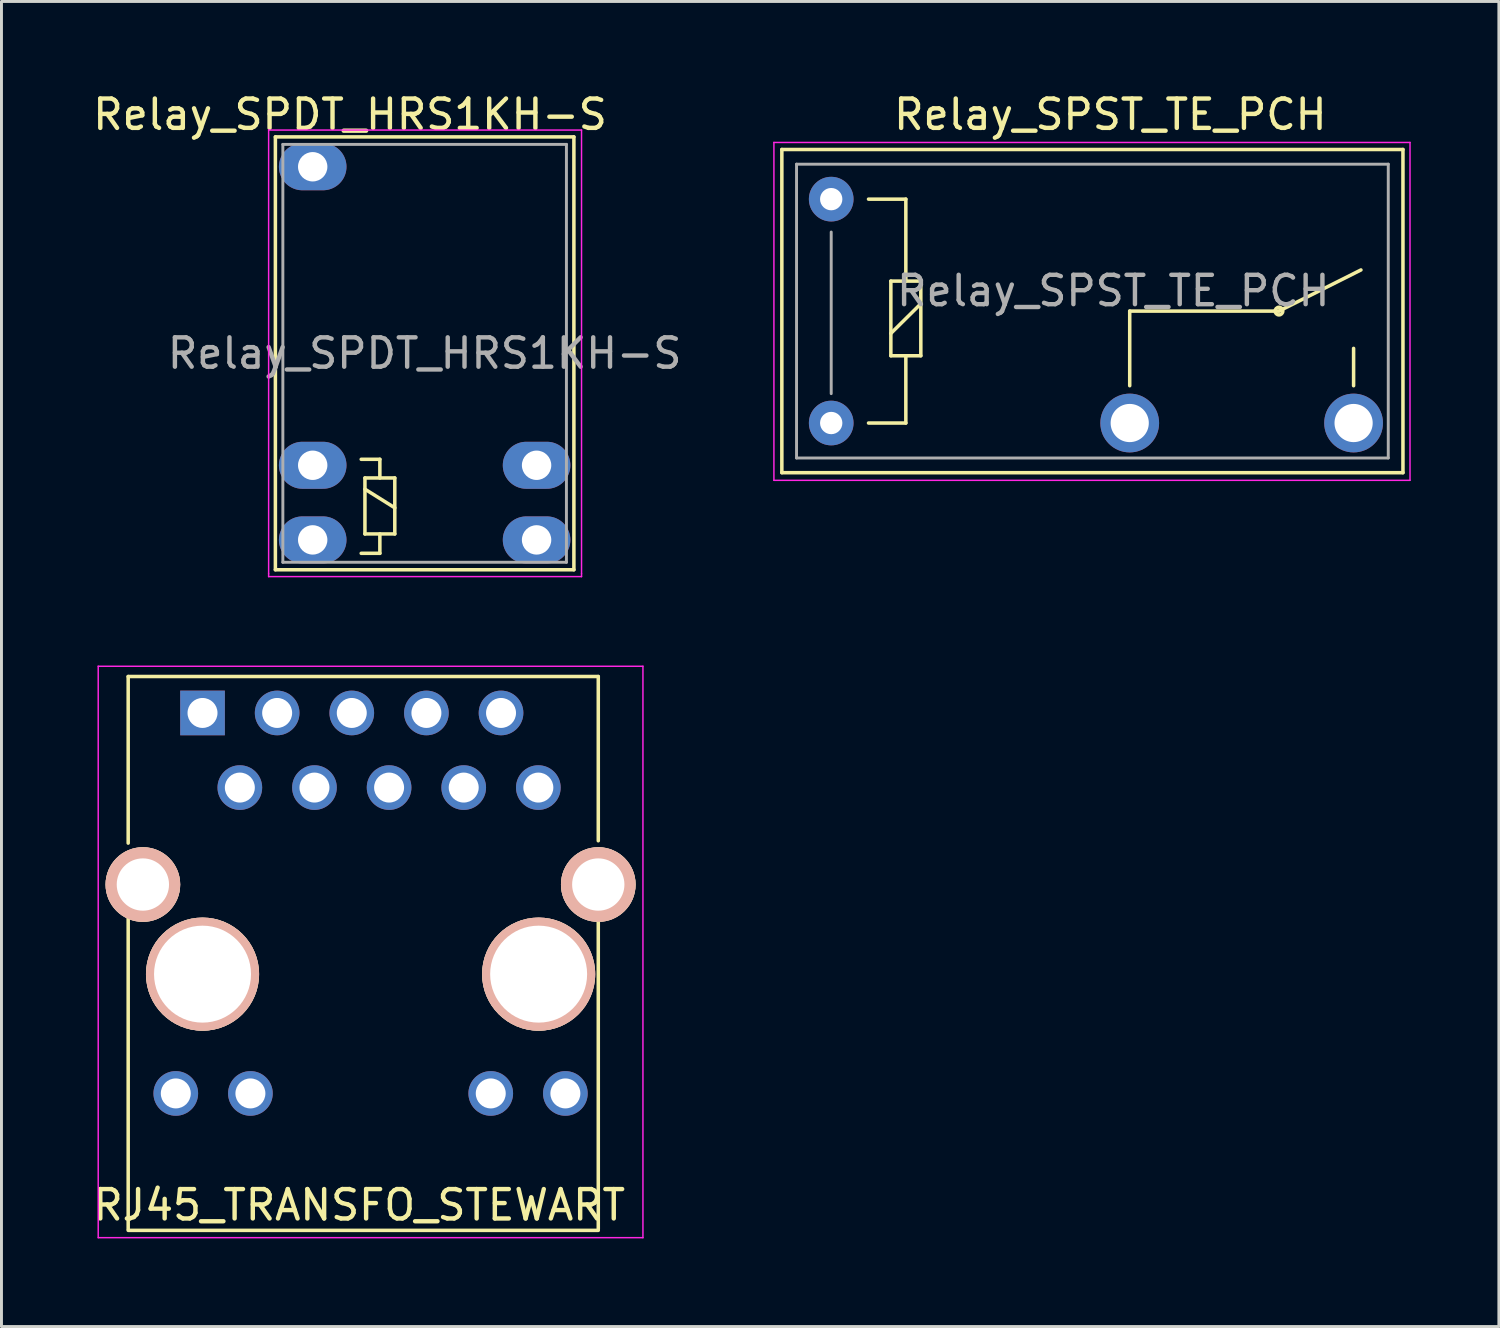
<source format=kicad_pcb>
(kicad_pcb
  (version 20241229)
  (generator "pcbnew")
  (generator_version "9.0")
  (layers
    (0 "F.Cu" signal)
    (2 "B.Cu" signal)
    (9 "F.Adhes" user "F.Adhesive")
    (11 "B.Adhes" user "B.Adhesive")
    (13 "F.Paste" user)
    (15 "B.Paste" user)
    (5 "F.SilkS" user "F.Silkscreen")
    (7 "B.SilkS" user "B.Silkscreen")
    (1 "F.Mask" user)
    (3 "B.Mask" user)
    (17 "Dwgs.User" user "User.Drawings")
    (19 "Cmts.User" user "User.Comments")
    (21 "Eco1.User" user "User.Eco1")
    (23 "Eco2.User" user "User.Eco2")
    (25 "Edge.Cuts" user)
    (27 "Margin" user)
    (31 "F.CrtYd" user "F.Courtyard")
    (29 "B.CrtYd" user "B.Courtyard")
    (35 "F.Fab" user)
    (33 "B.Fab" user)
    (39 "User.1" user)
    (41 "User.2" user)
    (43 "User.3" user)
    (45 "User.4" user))
  (footprint "RJ45_TRANSFO_STEWART"
    (layer "F.Cu")
    (at 13.373 21.216)
    (property "Reference" "RJ45_TRANSFO_STEWART" (at -4.2 16.75 0) (layer "F.SilkS") (effects (font (size 1 1) (thickness 0.15))))
    (attr through_hole)
    (fp_line (start -12.06 -1.24) (end -12.06 4.43) (stroke (width 0.12) (type solid)) (layer "F.SilkS"))
    (fp_line (start -12.06 -1.24) (end 3.94 -1.24) (stroke (width 0.12) (type solid)) (layer "F.SilkS"))
    (fp_line (start -12.06 17.57) (end -12.06 5.63) (stroke (width 0.12) (type solid)) (layer "F.SilkS"))
    (fp_line (start -12.06 17.61) (end 3.94 17.61) (stroke (width 0.12) (type solid)) (layer "F.SilkS"))
    (fp_line (start 3.94 -1.24) (end 3.94 4.35) (stroke (width 0.12) (type solid)) (layer "F.SilkS"))
    (fp_line (start 3.94 17.57) (end 3.94 5.63) (stroke (width 0.12) (type solid)) (layer "F.SilkS"))
    (fp_line (start -13.08 -1.59) (end -13.08 17.86) (stroke (width 0.05) (type solid)) (layer "F.CrtYd"))
    (fp_line (start -13.08 -1.59) (end 5.46 -1.59) (stroke (width 0.05) (type solid)) (layer "F.CrtYd"))
    (fp_line (start 5.46 17.86) (end -13.08 17.86) (stroke (width 0.05) (type solid)) (layer "F.CrtYd"))
    (fp_line (start 5.46 17.86) (end 5.46 -1.59) (stroke (width 0.05) (type solid)) (layer "F.CrtYd"))
    (pad "1" thru_hole rect (at -9.53 0) (size 1.52 1.52) (drill 1.02) (layers "*.Cu" "*.Mask"))
    (pad "2" thru_hole circle (at -8.26 2.54) (size 1.52 1.52) (drill 1.02) (layers "*.Cu" "*.Mask"))
    (pad "3" thru_hole circle (at -6.99 0) (size 1.52 1.52) (drill 1.02) (layers "*.Cu" "*.Mask"))
    (pad "4" thru_hole circle (at -5.72 2.54) (size 1.52 1.52) (drill 1.02) (layers "*.Cu" "*.Mask"))
    (pad "5" thru_hole circle (at -4.45 0) (size 1.52 1.52) (drill 1.02) (layers "*.Cu" "*.Mask"))
    (pad "6" thru_hole circle (at -3.18 2.54) (size 1.52 1.52) (drill 1.02) (layers "*.Cu" "*.Mask"))
    (pad "7" thru_hole circle (at -1.91 0) (size 1.52 1.52) (drill 1.02) (layers "*.Cu" "*.Mask"))
    (pad "8" thru_hole circle (at -0.64 2.54) (size 1.52 1.52) (drill 1.02) (layers "*.Cu" "*.Mask"))
    (pad "9" thru_hole circle (at 0.63 0) (size 1.52 1.52) (drill 1.02) (layers "*.Cu" "*.Mask"))
    (pad "10" thru_hole circle (at 1.9 2.54) (size 1.52 1.52) (drill 1.02) (layers "*.Cu" "*.Mask"))
    (pad "11" thru_hole circle (at -11.56 5.84) (size 2.54 2.54) (drill 1.78) (layers "*.Cu" "*.SilkS" "*.Mask"))
    (pad "12" thru_hole circle (at 3.94 5.84) (size 2.54 2.54) (drill 1.78) (layers "*.Cu" "*.SilkS" "*.Mask"))
    (pad "13" thru_hole circle (at -10.44 12.95) (size 1.52 1.52) (drill 1.02) (layers "*.Cu" "*.Mask"))
    (pad "14" thru_hole circle (at -7.9 12.95) (size 1.52 1.52) (drill 1.02) (layers "*.Cu" "*.Mask"))
    (pad "15" thru_hole circle (at 0.28 12.95) (size 1.52 1.52) (drill 1.02) (layers "*.Cu" "*.Mask"))
    (pad "16" thru_hole circle (at 2.82 12.95) (size 1.52 1.52) (drill 1.02) (layers "*.Cu" "*.Mask"))
    (pad "Hole" thru_hole circle (at -9.53 8.89) (size 3.85 3.85) (drill 3.3) (layers "*.Cu" "*.SilkS" "*.Mask"))
    (pad "Hole" thru_hole circle (at 1.91 8.89) (size 3.85 3.85) (drill 3.3) (layers "*.Cu" "*.SilkS" "*.Mask")))
  (footprint "Relay_SPDT_HRS1KH-S"
    (layer "F.Cu")
    (at 7.593 2.626)
    (property "Reference" "Relay_SPDT_HRS1KH-S" (at 1.27 -1.778 0) (layer "F.SilkS") (effects (font (size 1 1) (thickness 0.15))))
    (attr through_hole)
    (fp_line (start -1.27 -1.016) (end 8.89 -1.016) (stroke (width 0.12) (type solid)) (layer "F.SilkS"))
    (fp_line (start -1.27 13.716) (end -1.27 -1.016) (stroke (width 0.12) (type solid)) (layer "F.SilkS"))
    (fp_line (start 1.651 9.957) (end 2.286 9.957) (stroke (width 0.12) (type solid)) (layer "F.SilkS"))
    (fp_line (start 1.651 13.157) (end 2.286 13.157) (stroke (width 0.12) (type solid)) (layer "F.SilkS"))
    (fp_line (start 1.778 10.592) (end 1.778 12.497) (stroke (width 0.12) (type solid)) (layer "F.SilkS"))
    (fp_line (start 1.778 10.592) (end 2.794 10.592) (stroke (width 0.12) (type solid)) (layer "F.SilkS"))
    (fp_line (start 1.778 10.973) (end 2.794 11.608) (stroke (width 0.12) (type solid)) (layer "F.SilkS"))
    (fp_line (start 1.778 12.497) (end 2.794 12.497) (stroke (width 0.12) (type solid)) (layer "F.SilkS"))
    (fp_line (start 2.286 9.957) (end 2.286 10.592) (stroke (width 0.12) (type solid)) (layer "F.SilkS"))
    (fp_line (start 2.286 13.157) (end 2.286 12.497) (stroke (width 0.12) (type solid)) (layer "F.SilkS"))
    (fp_line (start 2.794 12.497) (end 2.794 10.592) (stroke (width 0.12) (type solid)) (layer "F.SilkS"))
    (fp_line (start 8.89 -1.016) (end 8.89 13.716) (stroke (width 0.12) (type solid)) (layer "F.SilkS"))
    (fp_line (start 8.89 13.716) (end -1.27 13.716) (stroke (width 0.12) (type solid)) (layer "F.SilkS"))
    (fp_line (start -1.5 -1.25) (end 9.15 -1.25) (stroke (width 0.05) (type solid)) (layer "F.CrtYd"))
    (fp_line (start -1.5 13.85) (end -1.5 -1.25) (stroke (width 0.05) (type solid)) (layer "F.CrtYd"))
    (fp_line (start -1.5 13.95) (end -1.5 13.85) (stroke (width 0.05) (type solid)) (layer "F.CrtYd"))
    (fp_line (start 9.15 -1.25) (end 9.15 13.85) (stroke (width 0.05) (type solid)) (layer "F.CrtYd"))
    (fp_line (start 9.15 13.95) (end -1.5 13.95) (stroke (width 0.05) (type solid)) (layer "F.CrtYd"))
    (fp_line (start 9.15 13.95) (end 9.15 13.85) (stroke (width 0.05) (type solid)) (layer "F.CrtYd"))
    (fp_line (start -1.016 -0.762) (end 8.636 -0.762) (stroke (width 0.1) (type solid)) (layer "F.Fab"))
    (fp_line (start -1.016 13.462) (end -1.016 -0.762) (stroke (width 0.1) (type solid)) (layer "F.Fab"))
    (fp_line (start 8.636 -0.762) (end 8.636 13.462) (stroke (width 0.1) (type solid)) (layer "F.Fab"))
    (fp_line (start 8.636 13.462) (end -1.016 13.462) (stroke (width 0.1) (type solid)) (layer "F.Fab"))
    (fp_text user "${REFERENCE}" (at 3.81 6.35 0) (layer "F.Fab") (effects (font (size 1 1) (thickness 0.15))))
    (pad "1" thru_hole oval (at 0 12.7) (size 2.3 1.6) (drill 1) (layers "*.Cu" "*.Mask"))
    (pad "2" thru_hole oval (at 0 0) (size 2.3 1.6) (drill 1) (layers "*.Cu" "*.Mask"))
    (pad "3" thru_hole oval (at 7.62 10.16) (size 2.3 1.6) (drill 1) (layers "*.Cu" "*.Mask"))
    (pad "4" thru_hole oval (at 7.62 12.7) (size 2.3 1.6) (drill 1) (layers "*.Cu" "*.Mask"))
    (pad "5" thru_hole oval (at 0 10.16) (size 2.3 1.6) (drill 1) (layers "*.Cu" "*.Mask")))
  (footprint "Relay_SPST_TE_PCH"
    (layer "F.Cu")
    (at 25.241 11.348)
    (property "Reference" "Relay_SPST_TE_PCH" (at 9.5 -10.5 180) (layer "F.SilkS") (effects (font (size 1 1) (thickness 0.15))))
    (attr through_hole)
    (fp_line (start -1.68 -9.31) (end 19.46 -9.31) (stroke (width 0.12) (type solid)) (layer "F.SilkS"))
    (fp_line (start -1.68 1.69) (end -1.68 -9.31) (stroke (width 0.12) (type solid)) (layer "F.SilkS"))
    (fp_line (start -1.68 1.69) (end 19.46 1.69) (stroke (width 0.12) (type solid)) (layer "F.SilkS"))
    (fp_line (start 1.27 0) (end 2.54 0) (stroke (width 0.12) (type solid)) (layer "F.SilkS"))
    (fp_line (start 2.03 -4.83) (end 2.54 -4.83) (stroke (width 0.12) (type solid)) (layer "F.SilkS"))
    (fp_line (start 2.03 -3.05) (end 3.05 -4.06) (stroke (width 0.12) (type solid)) (layer "F.SilkS"))
    (fp_line (start 2.03 -2.29) (end 2.03 -4.83) (stroke (width 0.12) (type solid)) (layer "F.SilkS"))
    (fp_line (start 2.54 -7.62) (end 1.27 -7.62) (stroke (width 0.12) (type solid)) (layer "F.SilkS"))
    (fp_line (start 2.54 -4.83) (end 2.54 -7.62) (stroke (width 0.12) (type solid)) (layer "F.SilkS"))
    (fp_line (start 2.54 -4.83) (end 3.05 -4.83) (stroke (width 0.12) (type solid)) (layer "F.SilkS"))
    (fp_line (start 2.54 -2.29) (end 2.03 -2.29) (stroke (width 0.12) (type solid)) (layer "F.SilkS"))
    (fp_line (start 2.54 0) (end 2.54 -2.29) (stroke (width 0.12) (type solid)) (layer "F.SilkS"))
    (fp_line (start 3.05 -4.83) (end 3.05 -2.29) (stroke (width 0.12) (type solid)) (layer "F.SilkS"))
    (fp_line (start 3.05 -2.29) (end 2.54 -2.29) (stroke (width 0.12) (type solid)) (layer "F.SilkS"))
    (fp_line (start 10.16 -3.81) (end 15.24 -3.81) (stroke (width 0.12) (type solid)) (layer "F.SilkS"))
    (fp_line (start 10.16 -1.27) (end 10.16 -3.81) (stroke (width 0.12) (type solid)) (layer "F.SilkS"))
    (fp_line (start 15.24 -3.81) (end 18.03 -5.21) (stroke (width 0.12) (type solid)) (layer "F.SilkS"))
    (fp_line (start 17.78 -1.27) (end 17.78 -2.54) (stroke (width 0.12) (type solid)) (layer "F.SilkS"))
    (fp_line (start 19.46 1.69) (end 19.46 -9.31) (stroke (width 0.12) (type solid)) (layer "F.SilkS"))
    (fp_circle (center 15.24 -3.81) (end 15.24 -3.68) (stroke (width 0.12) (type solid)) (fill no) (layer "F.SilkS"))
    (fp_line (start -1.95 -9.55) (end 19.7 -9.55) (stroke (width 0.05) (type solid)) (layer "F.CrtYd"))
    (fp_line (start -1.95 1.95) (end -1.95 -9.55) (stroke (width 0.05) (type solid)) (layer "F.CrtYd"))
    (fp_line (start 19.7 -9.55) (end 19.7 1.95) (stroke (width 0.05) (type solid)) (layer "F.CrtYd"))
    (fp_line (start 19.7 1.95) (end -1.95 1.95) (stroke (width 0.05) (type solid)) (layer "F.CrtYd"))
    (fp_line (start -1.18 -8.81) (end 18.96 -8.81) (stroke (width 0.1) (type solid)) (layer "F.Fab"))
    (fp_line (start -1.18 1.19) (end -1.18 -8.81) (stroke (width 0.1) (type solid)) (layer "F.Fab"))
    (fp_line (start 0 -1) (end 0 -6.5) (stroke (width 0.1) (type solid)) (layer "F.Fab"))
    (fp_line (start 18.96 -8.81) (end 18.96 1.19) (stroke (width 0.1) (type solid)) (layer "F.Fab"))
    (fp_line (start 18.96 1.19) (end -1.18 1.19) (stroke (width 0.1) (type solid)) (layer "F.Fab"))
    (fp_text user "${REFERENCE}" (at 9.6 -4.5 0) (layer "F.Fab") (effects (font (size 1 1) (thickness 0.15))))
    (pad "1" thru_hole circle (at 0 0 180) (size 1.52 1.52) (drill 0.76) (layers "*.Cu" "*.Mask"))
    (pad "2" thru_hole circle (at 0 -7.62 180) (size 1.52 1.52) (drill 0.76) (layers "*.Cu" "*.Mask"))
    (pad "3" thru_hole circle (at 10.16 0 180) (size 2 2) (drill 1.3) (layers "*.Cu" "*.Mask"))
    (pad "4" thru_hole circle (at 17.78 0 180) (size 2 2) (drill 1.3) (layers "*.Cu" "*.Mask")))
  (gr_rect
    (start -3 -3)
    (end 47.966 42.101)
    (stroke (width 0.1) (type default))
    (fill no)
    (layer "Edge.Cuts")))
</source>
